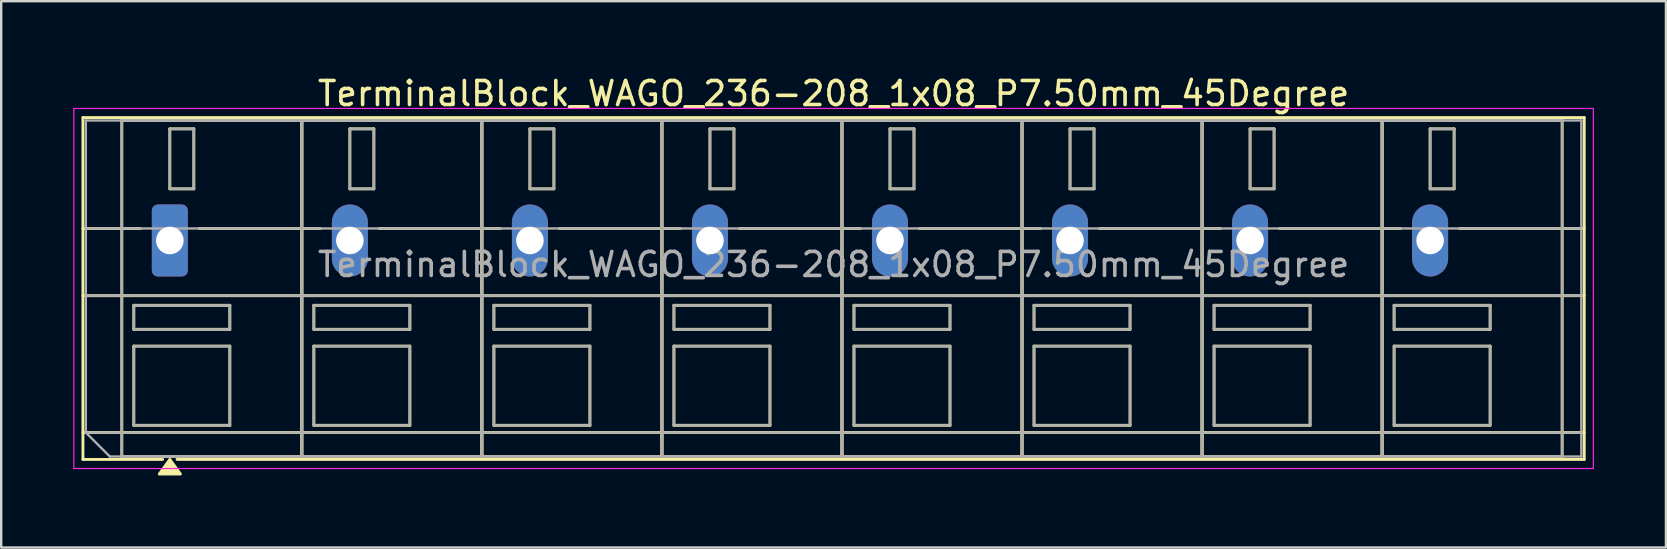
<source format=kicad_pcb>
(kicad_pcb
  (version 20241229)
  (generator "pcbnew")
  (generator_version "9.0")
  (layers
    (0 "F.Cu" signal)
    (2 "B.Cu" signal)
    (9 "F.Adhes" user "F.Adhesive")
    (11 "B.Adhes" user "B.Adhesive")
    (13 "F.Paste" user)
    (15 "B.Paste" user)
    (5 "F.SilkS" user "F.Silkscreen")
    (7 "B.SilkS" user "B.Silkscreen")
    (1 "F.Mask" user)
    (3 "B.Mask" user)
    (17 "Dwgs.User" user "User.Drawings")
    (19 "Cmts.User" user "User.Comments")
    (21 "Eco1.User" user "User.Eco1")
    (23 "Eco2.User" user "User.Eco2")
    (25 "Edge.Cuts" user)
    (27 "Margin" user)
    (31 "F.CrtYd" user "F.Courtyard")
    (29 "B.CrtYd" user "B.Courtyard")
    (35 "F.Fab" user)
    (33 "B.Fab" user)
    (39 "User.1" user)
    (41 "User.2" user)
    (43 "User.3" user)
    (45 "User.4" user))
  (footprint "TerminalBlock_WAGO_236-208_1x08_P7.50mm_45Degree"
    (layer "F.Cu")
    (at 4.025 6.968)
    (property "Reference" "TerminalBlock_WAGO_236-208_1x08_P7.50mm_45Degree" (at 27.65 -6.12 0) (layer "F.SilkS") (effects (font (size 1 1) (thickness 0.15))))
    (attr through_hole)
    (fp_line (start -3.62 -5.12) (end 58.92 -5.12) (stroke (width 0.12) (type solid)) (layer "F.SilkS"))
    (fp_line (start -3.62 -0.5) (end -1.23 -0.5) (stroke (width 0.12) (type solid)) (layer "F.SilkS"))
    (fp_line (start -3.62 2.3) (end 58.92 2.3) (stroke (width 0.12) (type solid)) (layer "F.SilkS"))
    (fp_line (start -3.62 8) (end 58.92 8) (stroke (width 0.12) (type solid)) (layer "F.SilkS"))
    (fp_line (start -3.62 9.12) (end -3.62 -5.12) (stroke (width 0.12) (type solid)) (layer "F.SilkS"))
    (fp_line (start -2 -5) (end 5.5 -5) (stroke (width 0.12) (type solid)) (layer "F.SilkS"))
    (fp_line (start -2 9) (end -2 -5) (stroke (width 0.12) (type solid)) (layer "F.SilkS"))
    (fp_line (start -1.5 2.7) (end 2.5 2.7) (stroke (width 0.12) (type solid)) (layer "F.SilkS"))
    (fp_line (start -1.5 3.7) (end -1.5 2.7) (stroke (width 0.12) (type solid)) (layer "F.SilkS"))
    (fp_line (start -1.5 4.4) (end 2.5 4.4) (stroke (width 0.12) (type solid)) (layer "F.SilkS"))
    (fp_line (start -1.5 7.7) (end -1.5 4.4) (stroke (width 0.12) (type solid)) (layer "F.SilkS"))
    (fp_line (start -0.3 9.12) (end -3.62 9.12) (stroke (width 0.12) (type solid)) (layer "F.SilkS"))
    (fp_line (start 0 -4.65) (end 1 -4.65) (stroke (width 0.12) (type solid)) (layer "F.SilkS"))
    (fp_line (start 0 -2.15) (end 0 -4.65) (stroke (width 0.12) (type solid)) (layer "F.SilkS"))
    (fp_line (start 1 -4.65) (end 1 -2.15) (stroke (width 0.12) (type solid)) (layer "F.SilkS"))
    (fp_line (start 1 -2.15) (end 0 -2.15) (stroke (width 0.12) (type solid)) (layer "F.SilkS"))
    (fp_line (start 1.23 -0.5) (end 6.27 -0.5) (stroke (width 0.12) (type solid)) (layer "F.SilkS"))
    (fp_line (start 2.5 2.7) (end 2.5 3.7) (stroke (width 0.12) (type solid)) (layer "F.SilkS"))
    (fp_line (start 2.5 3.7) (end -1.5 3.7) (stroke (width 0.12) (type solid)) (layer "F.SilkS"))
    (fp_line (start 2.5 4.4) (end 2.5 7.7) (stroke (width 0.12) (type solid)) (layer "F.SilkS"))
    (fp_line (start 2.5 7.7) (end -1.5 7.7) (stroke (width 0.12) (type solid)) (layer "F.SilkS"))
    (fp_line (start 5.5 -5) (end 5.5 9) (stroke (width 0.12) (type solid)) (layer "F.SilkS"))
    (fp_line (start 5.5 -5) (end 13 -5) (stroke (width 0.12) (type solid)) (layer "F.SilkS"))
    (fp_line (start 5.5 9) (end -2 9) (stroke (width 0.12) (type solid)) (layer "F.SilkS"))
    (fp_line (start 5.5 9) (end 5.5 -5) (stroke (width 0.12) (type solid)) (layer "F.SilkS"))
    (fp_line (start 6 2.7) (end 10 2.7) (stroke (width 0.12) (type solid)) (layer "F.SilkS"))
    (fp_line (start 6 3.7) (end 6 2.7) (stroke (width 0.12) (type solid)) (layer "F.SilkS"))
    (fp_line (start 6 4.4) (end 10 4.4) (stroke (width 0.12) (type solid)) (layer "F.SilkS"))
    (fp_line (start 6 7.7) (end 6 4.4) (stroke (width 0.12) (type solid)) (layer "F.SilkS"))
    (fp_line (start 7.5 -4.65) (end 8.5 -4.65) (stroke (width 0.12) (type solid)) (layer "F.SilkS"))
    (fp_line (start 7.5 -2.15) (end 7.5 -4.65) (stroke (width 0.12) (type solid)) (layer "F.SilkS"))
    (fp_line (start 8.5 -4.65) (end 8.5 -2.15) (stroke (width 0.12) (type solid)) (layer "F.SilkS"))
    (fp_line (start 8.5 -2.15) (end 7.5 -2.15) (stroke (width 0.12) (type solid)) (layer "F.SilkS"))
    (fp_line (start 8.73 -0.5) (end 13.77 -0.5) (stroke (width 0.12) (type solid)) (layer "F.SilkS"))
    (fp_line (start 10 2.7) (end 10 3.7) (stroke (width 0.12) (type solid)) (layer "F.SilkS"))
    (fp_line (start 10 3.7) (end 6 3.7) (stroke (width 0.12) (type solid)) (layer "F.SilkS"))
    (fp_line (start 10 4.4) (end 10 7.7) (stroke (width 0.12) (type solid)) (layer "F.SilkS"))
    (fp_line (start 10 7.7) (end 6 7.7) (stroke (width 0.12) (type solid)) (layer "F.SilkS"))
    (fp_line (start 13 -5) (end 13 9) (stroke (width 0.12) (type solid)) (layer "F.SilkS"))
    (fp_line (start 13 -5) (end 20.5 -5) (stroke (width 0.12) (type solid)) (layer "F.SilkS"))
    (fp_line (start 13 9) (end 5.5 9) (stroke (width 0.12) (type solid)) (layer "F.SilkS"))
    (fp_line (start 13 9) (end 13 -5) (stroke (width 0.12) (type solid)) (layer "F.SilkS"))
    (fp_line (start 13.5 2.7) (end 17.5 2.7) (stroke (width 0.12) (type solid)) (layer "F.SilkS"))
    (fp_line (start 13.5 3.7) (end 13.5 2.7) (stroke (width 0.12) (type solid)) (layer "F.SilkS"))
    (fp_line (start 13.5 4.4) (end 17.5 4.4) (stroke (width 0.12) (type solid)) (layer "F.SilkS"))
    (fp_line (start 13.5 7.7) (end 13.5 4.4) (stroke (width 0.12) (type solid)) (layer "F.SilkS"))
    (fp_line (start 15 -4.65) (end 16 -4.65) (stroke (width 0.12) (type solid)) (layer "F.SilkS"))
    (fp_line (start 15 -2.15) (end 15 -4.65) (stroke (width 0.12) (type solid)) (layer "F.SilkS"))
    (fp_line (start 16 -4.65) (end 16 -2.15) (stroke (width 0.12) (type solid)) (layer "F.SilkS"))
    (fp_line (start 16 -2.15) (end 15 -2.15) (stroke (width 0.12) (type solid)) (layer "F.SilkS"))
    (fp_line (start 16.23 -0.5) (end 21.27 -0.5) (stroke (width 0.12) (type solid)) (layer "F.SilkS"))
    (fp_line (start 17.5 2.7) (end 17.5 3.7) (stroke (width 0.12) (type solid)) (layer "F.SilkS"))
    (fp_line (start 17.5 3.7) (end 13.5 3.7) (stroke (width 0.12) (type solid)) (layer "F.SilkS"))
    (fp_line (start 17.5 4.4) (end 17.5 7.7) (stroke (width 0.12) (type solid)) (layer "F.SilkS"))
    (fp_line (start 17.5 7.7) (end 13.5 7.7) (stroke (width 0.12) (type solid)) (layer "F.SilkS"))
    (fp_line (start 20.5 -5) (end 20.5 9) (stroke (width 0.12) (type solid)) (layer "F.SilkS"))
    (fp_line (start 20.5 -5) (end 28 -5) (stroke (width 0.12) (type solid)) (layer "F.SilkS"))
    (fp_line (start 20.5 9) (end 13 9) (stroke (width 0.12) (type solid)) (layer "F.SilkS"))
    (fp_line (start 20.5 9) (end 20.5 -5) (stroke (width 0.12) (type solid)) (layer "F.SilkS"))
    (fp_line (start 21 2.7) (end 25 2.7) (stroke (width 0.12) (type solid)) (layer "F.SilkS"))
    (fp_line (start 21 3.7) (end 21 2.7) (stroke (width 0.12) (type solid)) (layer "F.SilkS"))
    (fp_line (start 21 4.4) (end 25 4.4) (stroke (width 0.12) (type solid)) (layer "F.SilkS"))
    (fp_line (start 21 7.7) (end 21 4.4) (stroke (width 0.12) (type solid)) (layer "F.SilkS"))
    (fp_line (start 22.5 -4.65) (end 23.5 -4.65) (stroke (width 0.12) (type solid)) (layer "F.SilkS"))
    (fp_line (start 22.5 -2.15) (end 22.5 -4.65) (stroke (width 0.12) (type solid)) (layer "F.SilkS"))
    (fp_line (start 23.5 -4.65) (end 23.5 -2.15) (stroke (width 0.12) (type solid)) (layer "F.SilkS"))
    (fp_line (start 23.5 -2.15) (end 22.5 -2.15) (stroke (width 0.12) (type solid)) (layer "F.SilkS"))
    (fp_line (start 23.73 -0.5) (end 28.77 -0.5) (stroke (width 0.12) (type solid)) (layer "F.SilkS"))
    (fp_line (start 25 2.7) (end 25 3.7) (stroke (width 0.12) (type solid)) (layer "F.SilkS"))
    (fp_line (start 25 3.7) (end 21 3.7) (stroke (width 0.12) (type solid)) (layer "F.SilkS"))
    (fp_line (start 25 4.4) (end 25 7.7) (stroke (width 0.12) (type solid)) (layer "F.SilkS"))
    (fp_line (start 25 7.7) (end 21 7.7) (stroke (width 0.12) (type solid)) (layer "F.SilkS"))
    (fp_line (start 28 -5) (end 28 9) (stroke (width 0.12) (type solid)) (layer "F.SilkS"))
    (fp_line (start 28 -5) (end 35.5 -5) (stroke (width 0.12) (type solid)) (layer "F.SilkS"))
    (fp_line (start 28 9) (end 20.5 9) (stroke (width 0.12) (type solid)) (layer "F.SilkS"))
    (fp_line (start 28 9) (end 28 -5) (stroke (width 0.12) (type solid)) (layer "F.SilkS"))
    (fp_line (start 28.5 2.7) (end 32.5 2.7) (stroke (width 0.12) (type solid)) (layer "F.SilkS"))
    (fp_line (start 28.5 3.7) (end 28.5 2.7) (stroke (width 0.12) (type solid)) (layer "F.SilkS"))
    (fp_line (start 28.5 4.4) (end 32.5 4.4) (stroke (width 0.12) (type solid)) (layer "F.SilkS"))
    (fp_line (start 28.5 7.7) (end 28.5 4.4) (stroke (width 0.12) (type solid)) (layer "F.SilkS"))
    (fp_line (start 30 -4.65) (end 31 -4.65) (stroke (width 0.12) (type solid)) (layer "F.SilkS"))
    (fp_line (start 30 -2.15) (end 30 -4.65) (stroke (width 0.12) (type solid)) (layer "F.SilkS"))
    (fp_line (start 31 -4.65) (end 31 -2.15) (stroke (width 0.12) (type solid)) (layer "F.SilkS"))
    (fp_line (start 31 -2.15) (end 30 -2.15) (stroke (width 0.12) (type solid)) (layer "F.SilkS"))
    (fp_line (start 31.23 -0.5) (end 36.27 -0.5) (stroke (width 0.12) (type solid)) (layer "F.SilkS"))
    (fp_line (start 32.5 2.7) (end 32.5 3.7) (stroke (width 0.12) (type solid)) (layer "F.SilkS"))
    (fp_line (start 32.5 3.7) (end 28.5 3.7) (stroke (width 0.12) (type solid)) (layer "F.SilkS"))
    (fp_line (start 32.5 4.4) (end 32.5 7.7) (stroke (width 0.12) (type solid)) (layer "F.SilkS"))
    (fp_line (start 32.5 7.7) (end 28.5 7.7) (stroke (width 0.12) (type solid)) (layer "F.SilkS"))
    (fp_line (start 35.5 -5) (end 35.5 9) (stroke (width 0.12) (type solid)) (layer "F.SilkS"))
    (fp_line (start 35.5 -5) (end 43 -5) (stroke (width 0.12) (type solid)) (layer "F.SilkS"))
    (fp_line (start 35.5 9) (end 28 9) (stroke (width 0.12) (type solid)) (layer "F.SilkS"))
    (fp_line (start 35.5 9) (end 35.5 -5) (stroke (width 0.12) (type solid)) (layer "F.SilkS"))
    (fp_line (start 36 2.7) (end 40 2.7) (stroke (width 0.12) (type solid)) (layer "F.SilkS"))
    (fp_line (start 36 3.7) (end 36 2.7) (stroke (width 0.12) (type solid)) (layer "F.SilkS"))
    (fp_line (start 36 4.4) (end 40 4.4) (stroke (width 0.12) (type solid)) (layer "F.SilkS"))
    (fp_line (start 36 7.7) (end 36 4.4) (stroke (width 0.12) (type solid)) (layer "F.SilkS"))
    (fp_line (start 37.5 -4.65) (end 38.5 -4.65) (stroke (width 0.12) (type solid)) (layer "F.SilkS"))
    (fp_line (start 37.5 -2.15) (end 37.5 -4.65) (stroke (width 0.12) (type solid)) (layer "F.SilkS"))
    (fp_line (start 38.5 -4.65) (end 38.5 -2.15) (stroke (width 0.12) (type solid)) (layer "F.SilkS"))
    (fp_line (start 38.5 -2.15) (end 37.5 -2.15) (stroke (width 0.12) (type solid)) (layer "F.SilkS"))
    (fp_line (start 38.73 -0.5) (end 43.77 -0.5) (stroke (width 0.12) (type solid)) (layer "F.SilkS"))
    (fp_line (start 40 2.7) (end 40 3.7) (stroke (width 0.12) (type solid)) (layer "F.SilkS"))
    (fp_line (start 40 3.7) (end 36 3.7) (stroke (width 0.12) (type solid)) (layer "F.SilkS"))
    (fp_line (start 40 4.4) (end 40 7.7) (stroke (width 0.12) (type solid)) (layer "F.SilkS"))
    (fp_line (start 40 7.7) (end 36 7.7) (stroke (width 0.12) (type solid)) (layer "F.SilkS"))
    (fp_line (start 43 -5) (end 43 9) (stroke (width 0.12) (type solid)) (layer "F.SilkS"))
    (fp_line (start 43 -5) (end 50.5 -5) (stroke (width 0.12) (type solid)) (layer "F.SilkS"))
    (fp_line (start 43 9) (end 35.5 9) (stroke (width 0.12) (type solid)) (layer "F.SilkS"))
    (fp_line (start 43 9) (end 43 -5) (stroke (width 0.12) (type solid)) (layer "F.SilkS"))
    (fp_line (start 43.5 2.7) (end 47.5 2.7) (stroke (width 0.12) (type solid)) (layer "F.SilkS"))
    (fp_line (start 43.5 3.7) (end 43.5 2.7) (stroke (width 0.12) (type solid)) (layer "F.SilkS"))
    (fp_line (start 43.5 4.4) (end 47.5 4.4) (stroke (width 0.12) (type solid)) (layer "F.SilkS"))
    (fp_line (start 43.5 7.7) (end 43.5 4.4) (stroke (width 0.12) (type solid)) (layer "F.SilkS"))
    (fp_line (start 45 -4.65) (end 46 -4.65) (stroke (width 0.12) (type solid)) (layer "F.SilkS"))
    (fp_line (start 45 -2.15) (end 45 -4.65) (stroke (width 0.12) (type solid)) (layer "F.SilkS"))
    (fp_line (start 46 -4.65) (end 46 -2.15) (stroke (width 0.12) (type solid)) (layer "F.SilkS"))
    (fp_line (start 46 -2.15) (end 45 -2.15) (stroke (width 0.12) (type solid)) (layer "F.SilkS"))
    (fp_line (start 46.23 -0.5) (end 51.27 -0.5) (stroke (width 0.12) (type solid)) (layer "F.SilkS"))
    (fp_line (start 47.5 2.7) (end 47.5 3.7) (stroke (width 0.12) (type solid)) (layer "F.SilkS"))
    (fp_line (start 47.5 3.7) (end 43.5 3.7) (stroke (width 0.12) (type solid)) (layer "F.SilkS"))
    (fp_line (start 47.5 4.4) (end 47.5 7.7) (stroke (width 0.12) (type solid)) (layer "F.SilkS"))
    (fp_line (start 47.5 7.7) (end 43.5 7.7) (stroke (width 0.12) (type solid)) (layer "F.SilkS"))
    (fp_line (start 50.5 -5) (end 50.5 9) (stroke (width 0.12) (type solid)) (layer "F.SilkS"))
    (fp_line (start 50.5 -5) (end 58 -5) (stroke (width 0.12) (type solid)) (layer "F.SilkS"))
    (fp_line (start 50.5 9) (end 43 9) (stroke (width 0.12) (type solid)) (layer "F.SilkS"))
    (fp_line (start 50.5 9) (end 50.5 -5) (stroke (width 0.12) (type solid)) (layer "F.SilkS"))
    (fp_line (start 51 2.7) (end 55 2.7) (stroke (width 0.12) (type solid)) (layer "F.SilkS"))
    (fp_line (start 51 3.7) (end 51 2.7) (stroke (width 0.12) (type solid)) (layer "F.SilkS"))
    (fp_line (start 51 4.4) (end 55 4.4) (stroke (width 0.12) (type solid)) (layer "F.SilkS"))
    (fp_line (start 51 7.7) (end 51 4.4) (stroke (width 0.12) (type solid)) (layer "F.SilkS"))
    (fp_line (start 52.5 -4.65) (end 53.5 -4.65) (stroke (width 0.12) (type solid)) (layer "F.SilkS"))
    (fp_line (start 52.5 -2.15) (end 52.5 -4.65) (stroke (width 0.12) (type solid)) (layer "F.SilkS"))
    (fp_line (start 53.5 -4.65) (end 53.5 -2.15) (stroke (width 0.12) (type solid)) (layer "F.SilkS"))
    (fp_line (start 53.5 -2.15) (end 52.5 -2.15) (stroke (width 0.12) (type solid)) (layer "F.SilkS"))
    (fp_line (start 53.73 -0.5) (end 58.92 -0.5) (stroke (width 0.12) (type solid)) (layer "F.SilkS"))
    (fp_line (start 55 2.7) (end 55 3.7) (stroke (width 0.12) (type solid)) (layer "F.SilkS"))
    (fp_line (start 55 3.7) (end 51 3.7) (stroke (width 0.12) (type solid)) (layer "F.SilkS"))
    (fp_line (start 55 4.4) (end 55 7.7) (stroke (width 0.12) (type solid)) (layer "F.SilkS"))
    (fp_line (start 55 7.7) (end 51 7.7) (stroke (width 0.12) (type solid)) (layer "F.SilkS"))
    (fp_line (start 58 -5) (end 58 9) (stroke (width 0.12) (type solid)) (layer "F.SilkS"))
    (fp_line (start 58 9) (end 50.5 9) (stroke (width 0.12) (type solid)) (layer "F.SilkS"))
    (fp_line (start 58.92 -5.12) (end 58.92 9.12) (stroke (width 0.12) (type solid)) (layer "F.SilkS"))
    (fp_line (start 58.92 9.12) (end 0.3 9.12) (stroke (width 0.12) (type solid)) (layer "F.SilkS"))
    (fp_poly (pts (xy 0 9.12) (xy 0.44 9.73) (xy -0.44 9.73)) (stroke (width 0.12) (type solid)) (fill yes) (layer "F.SilkS"))
    (fp_line (start -4 -5.5) (end -4 9.5) (stroke (width 0.05) (type solid)) (layer "F.CrtYd"))
    (fp_line (start -4 9.5) (end 59.3 9.5) (stroke (width 0.05) (type solid)) (layer "F.CrtYd"))
    (fp_line (start 59.3 -5.5) (end -4 -5.5) (stroke (width 0.05) (type solid)) (layer "F.CrtYd"))
    (fp_line (start 59.3 9.5) (end 59.3 -5.5) (stroke (width 0.05) (type solid)) (layer "F.CrtYd"))
    (fp_line (start -3.5 -5) (end 58.8 -5) (stroke (width 0.1) (type solid)) (layer "F.Fab"))
    (fp_line (start -3.5 -0.5) (end 58.8 -0.5) (stroke (width 0.1) (type solid)) (layer "F.Fab"))
    (fp_line (start -3.5 2.3) (end 58.8 2.3) (stroke (width 0.1) (type solid)) (layer "F.Fab"))
    (fp_line (start -3.5 8) (end -3.5 -5) (stroke (width 0.1) (type solid)) (layer "F.Fab"))
    (fp_line (start -3.5 8) (end 58.8 8) (stroke (width 0.1) (type solid)) (layer "F.Fab"))
    (fp_line (start -2.5 9) (end -3.5 8) (stroke (width 0.1) (type solid)) (layer "F.Fab"))
    (fp_line (start -2 -5) (end -2 9) (stroke (width 0.1) (type solid)) (layer "F.Fab"))
    (fp_line (start -2 9) (end 5.5 9) (stroke (width 0.1) (type solid)) (layer "F.Fab"))
    (fp_line (start -1.5 2.7) (end -1.5 3.7) (stroke (width 0.1) (type solid)) (layer "F.Fab"))
    (fp_line (start -1.5 3.7) (end 2.5 3.7) (stroke (width 0.1) (type solid)) (layer "F.Fab"))
    (fp_line (start -1.5 4.4) (end -1.5 7.7) (stroke (width 0.1) (type solid)) (layer "F.Fab"))
    (fp_line (start -1.5 7.7) (end 2.5 7.7) (stroke (width 0.1) (type solid)) (layer "F.Fab"))
    (fp_line (start 0 -4.65) (end 0 -2.15) (stroke (width 0.1) (type solid)) (layer "F.Fab"))
    (fp_line (start 0 -2.15) (end 1 -2.15) (stroke (width 0.1) (type solid)) (layer "F.Fab"))
    (fp_line (start 1 -4.65) (end 0 -4.65) (stroke (width 0.1) (type solid)) (layer "F.Fab"))
    (fp_line (start 1 -2.15) (end 1 -4.65) (stroke (width 0.1) (type solid)) (layer "F.Fab"))
    (fp_line (start 2.5 2.7) (end -1.5 2.7) (stroke (width 0.1) (type solid)) (layer "F.Fab"))
    (fp_line (start 2.5 3.7) (end 2.5 2.7) (stroke (width 0.1) (type solid)) (layer "F.Fab"))
    (fp_line (start 2.5 4.4) (end -1.5 4.4) (stroke (width 0.1) (type solid)) (layer "F.Fab"))
    (fp_line (start 2.5 7.7) (end 2.5 4.4) (stroke (width 0.1) (type solid)) (layer "F.Fab"))
    (fp_line (start 5.5 -5) (end -2 -5) (stroke (width 0.1) (type solid)) (layer "F.Fab"))
    (fp_line (start 5.5 -5) (end 5.5 9) (stroke (width 0.1) (type solid)) (layer "F.Fab"))
    (fp_line (start 5.5 9) (end 5.5 -5) (stroke (width 0.1) (type solid)) (layer "F.Fab"))
    (fp_line (start 5.5 9) (end 13 9) (stroke (width 0.1) (type solid)) (layer "F.Fab"))
    (fp_line (start 6 2.7) (end 6 3.7) (stroke (width 0.1) (type solid)) (layer "F.Fab"))
    (fp_line (start 6 3.7) (end 10 3.7) (stroke (width 0.1) (type solid)) (layer "F.Fab"))
    (fp_line (start 6 4.4) (end 6 7.7) (stroke (width 0.1) (type solid)) (layer "F.Fab"))
    (fp_line (start 6 7.7) (end 10 7.7) (stroke (width 0.1) (type solid)) (layer "F.Fab"))
    (fp_line (start 7.5 -4.65) (end 7.5 -2.15) (stroke (width 0.1) (type solid)) (layer "F.Fab"))
    (fp_line (start 7.5 -2.15) (end 8.5 -2.15) (stroke (width 0.1) (type solid)) (layer "F.Fab"))
    (fp_line (start 8.5 -4.65) (end 7.5 -4.65) (stroke (width 0.1) (type solid)) (layer "F.Fab"))
    (fp_line (start 8.5 -2.15) (end 8.5 -4.65) (stroke (width 0.1) (type solid)) (layer "F.Fab"))
    (fp_line (start 10 2.7) (end 6 2.7) (stroke (width 0.1) (type solid)) (layer "F.Fab"))
    (fp_line (start 10 3.7) (end 10 2.7) (stroke (width 0.1) (type solid)) (layer "F.Fab"))
    (fp_line (start 10 4.4) (end 6 4.4) (stroke (width 0.1) (type solid)) (layer "F.Fab"))
    (fp_line (start 10 7.7) (end 10 4.4) (stroke (width 0.1) (type solid)) (layer "F.Fab"))
    (fp_line (start 13 -5) (end 5.5 -5) (stroke (width 0.1) (type solid)) (layer "F.Fab"))
    (fp_line (start 13 -5) (end 13 9) (stroke (width 0.1) (type solid)) (layer "F.Fab"))
    (fp_line (start 13 9) (end 13 -5) (stroke (width 0.1) (type solid)) (layer "F.Fab"))
    (fp_line (start 13 9) (end 20.5 9) (stroke (width 0.1) (type solid)) (layer "F.Fab"))
    (fp_line (start 13.5 2.7) (end 13.5 3.7) (stroke (width 0.1) (type solid)) (layer "F.Fab"))
    (fp_line (start 13.5 3.7) (end 17.5 3.7) (stroke (width 0.1) (type solid)) (layer "F.Fab"))
    (fp_line (start 13.5 4.4) (end 13.5 7.7) (stroke (width 0.1) (type solid)) (layer "F.Fab"))
    (fp_line (start 13.5 7.7) (end 17.5 7.7) (stroke (width 0.1) (type solid)) (layer "F.Fab"))
    (fp_line (start 15 -4.65) (end 15 -2.15) (stroke (width 0.1) (type solid)) (layer "F.Fab"))
    (fp_line (start 15 -2.15) (end 16 -2.15) (stroke (width 0.1) (type solid)) (layer "F.Fab"))
    (fp_line (start 16 -4.65) (end 15 -4.65) (stroke (width 0.1) (type solid)) (layer "F.Fab"))
    (fp_line (start 16 -2.15) (end 16 -4.65) (stroke (width 0.1) (type solid)) (layer "F.Fab"))
    (fp_line (start 17.5 2.7) (end 13.5 2.7) (stroke (width 0.1) (type solid)) (layer "F.Fab"))
    (fp_line (start 17.5 3.7) (end 17.5 2.7) (stroke (width 0.1) (type solid)) (layer "F.Fab"))
    (fp_line (start 17.5 4.4) (end 13.5 4.4) (stroke (width 0.1) (type solid)) (layer "F.Fab"))
    (fp_line (start 17.5 7.7) (end 17.5 4.4) (stroke (width 0.1) (type solid)) (layer "F.Fab"))
    (fp_line (start 20.5 -5) (end 13 -5) (stroke (width 0.1) (type solid)) (layer "F.Fab"))
    (fp_line (start 20.5 -5) (end 20.5 9) (stroke (width 0.1) (type solid)) (layer "F.Fab"))
    (fp_line (start 20.5 9) (end 20.5 -5) (stroke (width 0.1) (type solid)) (layer "F.Fab"))
    (fp_line (start 20.5 9) (end 28 9) (stroke (width 0.1) (type solid)) (layer "F.Fab"))
    (fp_line (start 21 2.7) (end 21 3.7) (stroke (width 0.1) (type solid)) (layer "F.Fab"))
    (fp_line (start 21 3.7) (end 25 3.7) (stroke (width 0.1) (type solid)) (layer "F.Fab"))
    (fp_line (start 21 4.4) (end 21 7.7) (stroke (width 0.1) (type solid)) (layer "F.Fab"))
    (fp_line (start 21 7.7) (end 25 7.7) (stroke (width 0.1) (type solid)) (layer "F.Fab"))
    (fp_line (start 22.5 -4.65) (end 22.5 -2.15) (stroke (width 0.1) (type solid)) (layer "F.Fab"))
    (fp_line (start 22.5 -2.15) (end 23.5 -2.15) (stroke (width 0.1) (type solid)) (layer "F.Fab"))
    (fp_line (start 23.5 -4.65) (end 22.5 -4.65) (stroke (width 0.1) (type solid)) (layer "F.Fab"))
    (fp_line (start 23.5 -2.15) (end 23.5 -4.65) (stroke (width 0.1) (type solid)) (layer "F.Fab"))
    (fp_line (start 25 2.7) (end 21 2.7) (stroke (width 0.1) (type solid)) (layer "F.Fab"))
    (fp_line (start 25 3.7) (end 25 2.7) (stroke (width 0.1) (type solid)) (layer "F.Fab"))
    (fp_line (start 25 4.4) (end 21 4.4) (stroke (width 0.1) (type solid)) (layer "F.Fab"))
    (fp_line (start 25 7.7) (end 25 4.4) (stroke (width 0.1) (type solid)) (layer "F.Fab"))
    (fp_line (start 28 -5) (end 20.5 -5) (stroke (width 0.1) (type solid)) (layer "F.Fab"))
    (fp_line (start 28 -5) (end 28 9) (stroke (width 0.1) (type solid)) (layer "F.Fab"))
    (fp_line (start 28 9) (end 28 -5) (stroke (width 0.1) (type solid)) (layer "F.Fab"))
    (fp_line (start 28 9) (end 35.5 9) (stroke (width 0.1) (type solid)) (layer "F.Fab"))
    (fp_line (start 28.5 2.7) (end 28.5 3.7) (stroke (width 0.1) (type solid)) (layer "F.Fab"))
    (fp_line (start 28.5 3.7) (end 32.5 3.7) (stroke (width 0.1) (type solid)) (layer "F.Fab"))
    (fp_line (start 28.5 4.4) (end 28.5 7.7) (stroke (width 0.1) (type solid)) (layer "F.Fab"))
    (fp_line (start 28.5 7.7) (end 32.5 7.7) (stroke (width 0.1) (type solid)) (layer "F.Fab"))
    (fp_line (start 30 -4.65) (end 30 -2.15) (stroke (width 0.1) (type solid)) (layer "F.Fab"))
    (fp_line (start 30 -2.15) (end 31 -2.15) (stroke (width 0.1) (type solid)) (layer "F.Fab"))
    (fp_line (start 31 -4.65) (end 30 -4.65) (stroke (width 0.1) (type solid)) (layer "F.Fab"))
    (fp_line (start 31 -2.15) (end 31 -4.65) (stroke (width 0.1) (type solid)) (layer "F.Fab"))
    (fp_line (start 32.5 2.7) (end 28.5 2.7) (stroke (width 0.1) (type solid)) (layer "F.Fab"))
    (fp_line (start 32.5 3.7) (end 32.5 2.7) (stroke (width 0.1) (type solid)) (layer "F.Fab"))
    (fp_line (start 32.5 4.4) (end 28.5 4.4) (stroke (width 0.1) (type solid)) (layer "F.Fab"))
    (fp_line (start 32.5 7.7) (end 32.5 4.4) (stroke (width 0.1) (type solid)) (layer "F.Fab"))
    (fp_line (start 35.5 -5) (end 28 -5) (stroke (width 0.1) (type solid)) (layer "F.Fab"))
    (fp_line (start 35.5 -5) (end 35.5 9) (stroke (width 0.1) (type solid)) (layer "F.Fab"))
    (fp_line (start 35.5 9) (end 35.5 -5) (stroke (width 0.1) (type solid)) (layer "F.Fab"))
    (fp_line (start 35.5 9) (end 43 9) (stroke (width 0.1) (type solid)) (layer "F.Fab"))
    (fp_line (start 36 2.7) (end 36 3.7) (stroke (width 0.1) (type solid)) (layer "F.Fab"))
    (fp_line (start 36 3.7) (end 40 3.7) (stroke (width 0.1) (type solid)) (layer "F.Fab"))
    (fp_line (start 36 4.4) (end 36 7.7) (stroke (width 0.1) (type solid)) (layer "F.Fab"))
    (fp_line (start 36 7.7) (end 40 7.7) (stroke (width 0.1) (type solid)) (layer "F.Fab"))
    (fp_line (start 37.5 -4.65) (end 37.5 -2.15) (stroke (width 0.1) (type solid)) (layer "F.Fab"))
    (fp_line (start 37.5 -2.15) (end 38.5 -2.15) (stroke (width 0.1) (type solid)) (layer "F.Fab"))
    (fp_line (start 38.5 -4.65) (end 37.5 -4.65) (stroke (width 0.1) (type solid)) (layer "F.Fab"))
    (fp_line (start 38.5 -2.15) (end 38.5 -4.65) (stroke (width 0.1) (type solid)) (layer "F.Fab"))
    (fp_line (start 40 2.7) (end 36 2.7) (stroke (width 0.1) (type solid)) (layer "F.Fab"))
    (fp_line (start 40 3.7) (end 40 2.7) (stroke (width 0.1) (type solid)) (layer "F.Fab"))
    (fp_line (start 40 4.4) (end 36 4.4) (stroke (width 0.1) (type solid)) (layer "F.Fab"))
    (fp_line (start 40 7.7) (end 40 4.4) (stroke (width 0.1) (type solid)) (layer "F.Fab"))
    (fp_line (start 43 -5) (end 35.5 -5) (stroke (width 0.1) (type solid)) (layer "F.Fab"))
    (fp_line (start 43 -5) (end 43 9) (stroke (width 0.1) (type solid)) (layer "F.Fab"))
    (fp_line (start 43 9) (end 43 -5) (stroke (width 0.1) (type solid)) (layer "F.Fab"))
    (fp_line (start 43 9) (end 50.5 9) (stroke (width 0.1) (type solid)) (layer "F.Fab"))
    (fp_line (start 43.5 2.7) (end 43.5 3.7) (stroke (width 0.1) (type solid)) (layer "F.Fab"))
    (fp_line (start 43.5 3.7) (end 47.5 3.7) (stroke (width 0.1) (type solid)) (layer "F.Fab"))
    (fp_line (start 43.5 4.4) (end 43.5 7.7) (stroke (width 0.1) (type solid)) (layer "F.Fab"))
    (fp_line (start 43.5 7.7) (end 47.5 7.7) (stroke (width 0.1) (type solid)) (layer "F.Fab"))
    (fp_line (start 45 -4.65) (end 45 -2.15) (stroke (width 0.1) (type solid)) (layer "F.Fab"))
    (fp_line (start 45 -2.15) (end 46 -2.15) (stroke (width 0.1) (type solid)) (layer "F.Fab"))
    (fp_line (start 46 -4.65) (end 45 -4.65) (stroke (width 0.1) (type solid)) (layer "F.Fab"))
    (fp_line (start 46 -2.15) (end 46 -4.65) (stroke (width 0.1) (type solid)) (layer "F.Fab"))
    (fp_line (start 47.5 2.7) (end 43.5 2.7) (stroke (width 0.1) (type solid)) (layer "F.Fab"))
    (fp_line (start 47.5 3.7) (end 47.5 2.7) (stroke (width 0.1) (type solid)) (layer "F.Fab"))
    (fp_line (start 47.5 4.4) (end 43.5 4.4) (stroke (width 0.1) (type solid)) (layer "F.Fab"))
    (fp_line (start 47.5 7.7) (end 47.5 4.4) (stroke (width 0.1) (type solid)) (layer "F.Fab"))
    (fp_line (start 50.5 -5) (end 43 -5) (stroke (width 0.1) (type solid)) (layer "F.Fab"))
    (fp_line (start 50.5 -5) (end 50.5 9) (stroke (width 0.1) (type solid)) (layer "F.Fab"))
    (fp_line (start 50.5 9) (end 50.5 -5) (stroke (width 0.1) (type solid)) (layer "F.Fab"))
    (fp_line (start 50.5 9) (end 58 9) (stroke (width 0.1) (type solid)) (layer "F.Fab"))
    (fp_line (start 51 2.7) (end 51 3.7) (stroke (width 0.1) (type solid)) (layer "F.Fab"))
    (fp_line (start 51 3.7) (end 55 3.7) (stroke (width 0.1) (type solid)) (layer "F.Fab"))
    (fp_line (start 51 4.4) (end 51 7.7) (stroke (width 0.1) (type solid)) (layer "F.Fab"))
    (fp_line (start 51 7.7) (end 55 7.7) (stroke (width 0.1) (type solid)) (layer "F.Fab"))
    (fp_line (start 52.5 -4.65) (end 52.5 -2.15) (stroke (width 0.1) (type solid)) (layer "F.Fab"))
    (fp_line (start 52.5 -2.15) (end 53.5 -2.15) (stroke (width 0.1) (type solid)) (layer "F.Fab"))
    (fp_line (start 53.5 -4.65) (end 52.5 -4.65) (stroke (width 0.1) (type solid)) (layer "F.Fab"))
    (fp_line (start 53.5 -2.15) (end 53.5 -4.65) (stroke (width 0.1) (type solid)) (layer "F.Fab"))
    (fp_line (start 55 2.7) (end 51 2.7) (stroke (width 0.1) (type solid)) (layer "F.Fab"))
    (fp_line (start 55 3.7) (end 55 2.7) (stroke (width 0.1) (type solid)) (layer "F.Fab"))
    (fp_line (start 55 4.4) (end 51 4.4) (stroke (width 0.1) (type solid)) (layer "F.Fab"))
    (fp_line (start 55 7.7) (end 55 4.4) (stroke (width 0.1) (type solid)) (layer "F.Fab"))
    (fp_line (start 58 -5) (end 50.5 -5) (stroke (width 0.1) (type solid)) (layer "F.Fab"))
    (fp_line (start 58 9) (end 58 -5) (stroke (width 0.1) (type solid)) (layer "F.Fab"))
    (fp_line (start 58.8 -5) (end 58.8 9) (stroke (width 0.1) (type solid)) (layer "F.Fab"))
    (fp_line (start 58.8 9) (end -2.5 9) (stroke (width 0.1) (type solid)) (layer "F.Fab"))
    (fp_text user "${REFERENCE}" (at 27.65 1 0) (layer "F.Fab") (effects (font (size 1 1) (thickness 0.15))))
    (pad "1" thru_hole roundrect (at 0 0) (size 1.5 3) (drill 1.15) (layers "*.Cu" "*.Mask") (roundrect_rratio 0.167))
    (pad "2" thru_hole oval (at 7.5 0) (size 1.5 3) (drill 1.15) (layers "*.Cu" "*.Mask"))
    (pad "3" thru_hole oval (at 15 0) (size 1.5 3) (drill 1.15) (layers "*.Cu" "*.Mask"))
    (pad "4" thru_hole oval (at 22.5 0) (size 1.5 3) (drill 1.15) (layers "*.Cu" "*.Mask"))
    (pad "5" thru_hole oval (at 30 0) (size 1.5 3) (drill 1.15) (layers "*.Cu" "*.Mask"))
    (pad "6" thru_hole oval (at 37.5 0) (size 1.5 3) (drill 1.15) (layers "*.Cu" "*.Mask"))
    (pad "7" thru_hole oval (at 45 0) (size 1.5 3) (drill 1.15) (layers "*.Cu" "*.Mask"))
    (pad "8" thru_hole oval (at 52.5 0) (size 1.5 3) (drill 1.15) (layers "*.Cu" "*.Mask")))
  (gr_rect
    (start -3 -3)
    (end 66.35 19.758)
    (stroke (width 0.1) (type default))
    (fill no)
    (layer "Edge.Cuts")))
</source>
